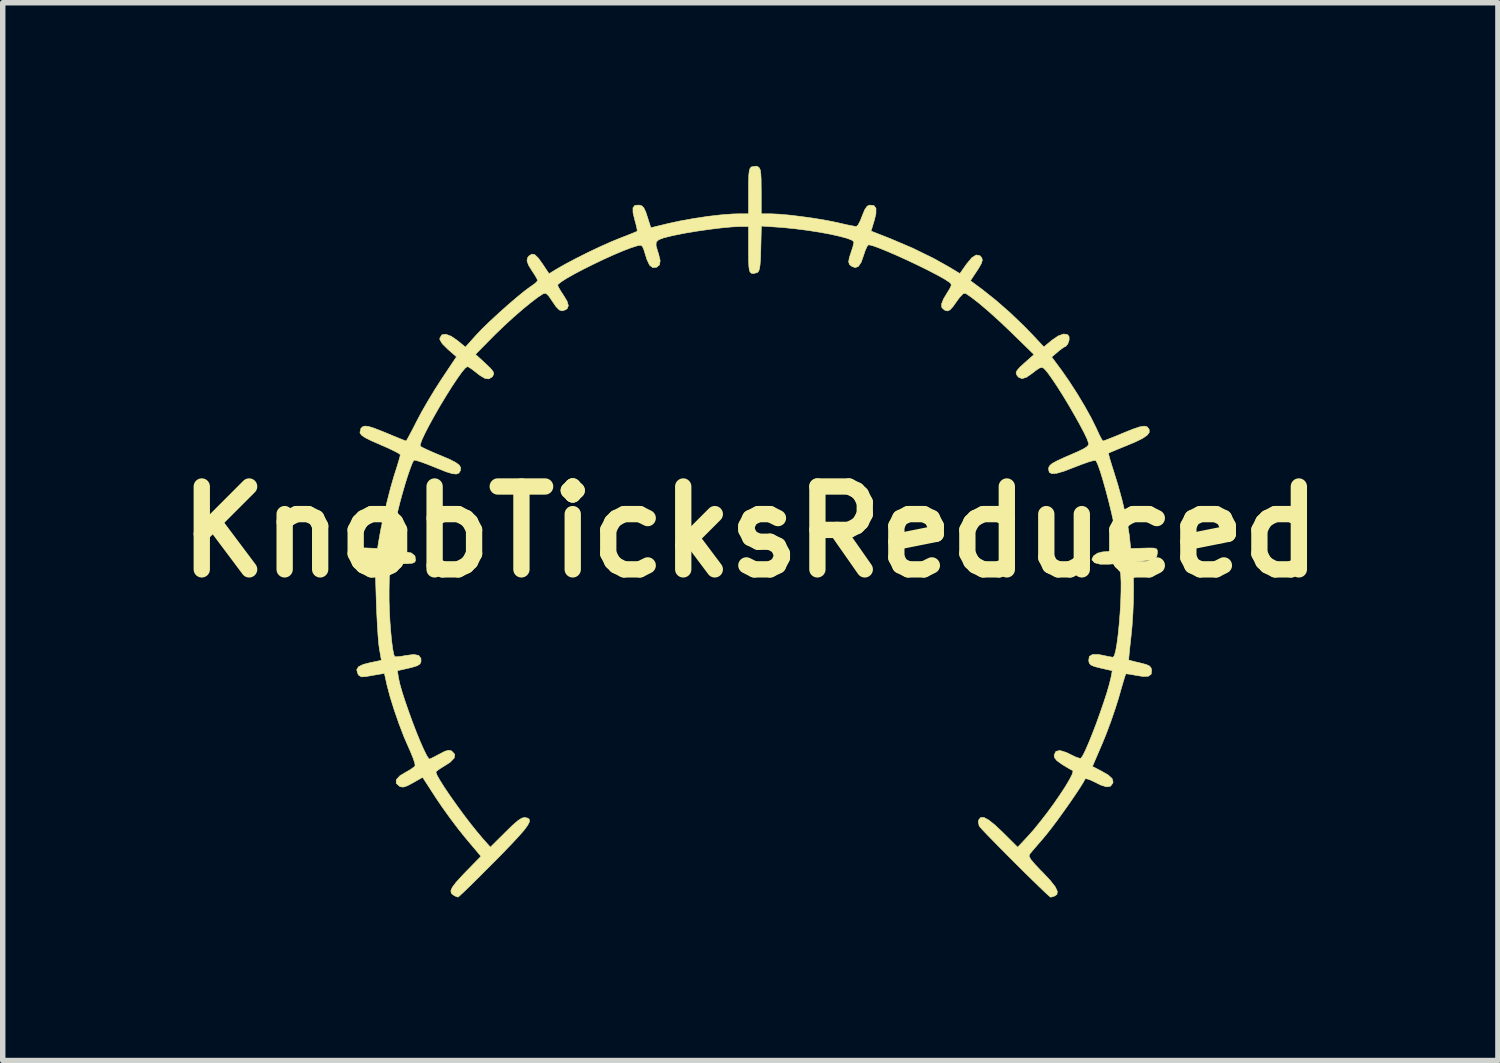
<source format=kicad_pcb>
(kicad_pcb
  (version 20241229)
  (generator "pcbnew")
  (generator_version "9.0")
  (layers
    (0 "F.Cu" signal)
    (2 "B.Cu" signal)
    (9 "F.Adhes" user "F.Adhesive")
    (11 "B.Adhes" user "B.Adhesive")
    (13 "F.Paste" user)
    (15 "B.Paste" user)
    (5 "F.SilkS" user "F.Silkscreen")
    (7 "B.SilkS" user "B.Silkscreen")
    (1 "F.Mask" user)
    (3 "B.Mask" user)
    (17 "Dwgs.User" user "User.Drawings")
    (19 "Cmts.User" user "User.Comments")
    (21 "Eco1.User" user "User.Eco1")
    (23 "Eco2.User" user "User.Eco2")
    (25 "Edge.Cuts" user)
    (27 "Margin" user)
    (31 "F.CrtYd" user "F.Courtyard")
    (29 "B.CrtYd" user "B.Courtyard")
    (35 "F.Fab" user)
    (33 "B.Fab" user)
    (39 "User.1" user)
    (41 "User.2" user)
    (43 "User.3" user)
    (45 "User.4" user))
  (footprint "KnobTicksReduced"
    (layer "F.Cu")
    (at 10.748 6.731)
    (property "Reference" "KnobTicksReduced" (at 0 0 0) (layer "F.SilkS") (effects (font (size 1.524 1.524) (thickness 0.3))))
    (attr through_hole)
    (fp_poly (pts (xy 0.141 -6.714) (xy 0.166 -6.693) (xy 0.183 -6.655) (xy 0.193 -6.587) (xy 0.199 -6.479) (xy 0.2 -6.319) (xy 0.201 -6.265) (xy 0.201 -5.849) (xy 0.383 -5.849) (xy 0.535 -5.842) (xy 0.734 -5.824) (xy 0.959 -5.796) (xy 1.193 -5.763) (xy 1.416 -5.725) (xy 1.608 -5.686) (xy 1.632 -5.68) (xy 1.763 -5.65) (xy 1.872 -5.628) (xy 1.939 -5.616) (xy 1.95 -5.615) (xy 1.981 -5.644) (xy 2.022 -5.72) (xy 2.056 -5.807) (xy 2.104 -5.925) (xy 2.149 -5.989) (xy 2.192 -6.009) (xy 2.272 -6.002) (xy 2.311 -5.951) (xy 2.31 -5.851) (xy 2.28 -5.728) (xy 2.22 -5.532) (xy 2.574 -5.393) (xy 2.985 -5.218) (xy 3.375 -5.027) (xy 3.659 -4.868) (xy 3.854 -4.75) (xy 3.975 -4.923) (xy 4.072 -5.04) (xy 4.153 -5.092) (xy 4.221 -5.08) (xy 4.256 -5.041) (xy 4.267 -4.996) (xy 4.248 -4.934) (xy 4.193 -4.838) (xy 4.169 -4.802) (xy 4.048 -4.619) (xy 4.279 -4.447) (xy 4.521 -4.254) (xy 4.78 -4.027) (xy 5.034 -3.784) (xy 5.197 -3.616) (xy 5.398 -3.401) (xy 5.543 -3.522) (xy 5.661 -3.603) (xy 5.761 -3.639) (xy 5.833 -3.628) (xy 5.862 -3.59) (xy 5.863 -3.528) (xy 5.839 -3.458) (xy 5.802 -3.412) (xy 5.789 -3.408) (xy 5.751 -3.387) (xy 5.684 -3.336) (xy 5.654 -3.311) (xy 5.542 -3.215) (xy 5.724 -2.97) (xy 5.863 -2.77) (xy 6.008 -2.546) (xy 6.147 -2.314) (xy 6.269 -2.095) (xy 6.362 -1.907) (xy 6.374 -1.881) (xy 6.422 -1.776) (xy 6.462 -1.701) (xy 6.486 -1.671) (xy 6.486 -1.671) (xy 6.524 -1.683) (xy 6.609 -1.716) (xy 6.731 -1.765) (xy 6.863 -1.82) (xy 7.037 -1.89) (xy 7.16 -1.931) (xy 7.243 -1.945) (xy 7.296 -1.933) (xy 7.327 -1.896) (xy 7.335 -1.88) (xy 7.336 -1.828) (xy 7.296 -1.776) (xy 7.209 -1.717) (xy 7.069 -1.649) (xy 6.918 -1.586) (xy 6.785 -1.532) (xy 6.676 -1.487) (xy 6.606 -1.457) (xy 6.588 -1.449) (xy 6.592 -1.415) (xy 6.614 -1.332) (xy 6.65 -1.214) (xy 6.679 -1.124) (xy 6.757 -0.873) (xy 6.83 -0.609) (xy 6.892 -0.352) (xy 6.941 -0.118) (xy 6.971 0.073) (xy 6.973 0.095) (xy 6.995 0.306) (xy 7.199 0.3) (xy 7.337 0.296) (xy 7.422 0.298) (xy 7.467 0.311) (xy 7.484 0.337) (xy 7.486 0.381) (xy 7.486 0.382) (xy 7.476 0.448) (xy 7.436 0.491) (xy 7.353 0.517) (xy 7.222 0.534) (xy 7.041 0.551) (xy 7.048 1.019) (xy 7.046 1.242) (xy 7.036 1.492) (xy 7.02 1.735) (xy 7.002 1.919) (xy 6.984 2.08) (xy 6.97 2.215) (xy 6.961 2.311) (xy 6.959 2.355) (xy 6.96 2.357) (xy 6.994 2.367) (xy 7.075 2.388) (xy 7.169 2.41) (xy 7.281 2.439) (xy 7.343 2.468) (xy 7.371 2.505) (xy 7.38 2.544) (xy 7.372 2.616) (xy 7.322 2.654) (xy 7.225 2.659) (xy 7.094 2.639) (xy 6.993 2.62) (xy 6.923 2.611) (xy 6.904 2.612) (xy 6.892 2.647) (xy 6.865 2.733) (xy 6.828 2.86) (xy 6.784 3.013) (xy 6.776 3.043) (xy 6.712 3.247) (xy 6.632 3.481) (xy 6.545 3.714) (xy 6.474 3.888) (xy 6.291 4.314) (xy 6.448 4.394) (xy 6.58 4.47) (xy 6.653 4.536) (xy 6.671 4.598) (xy 6.665 4.622) (xy 6.623 4.678) (xy 6.551 4.689) (xy 6.442 4.655) (xy 6.355 4.611) (xy 6.257 4.564) (xy 6.185 4.54) (xy 6.156 4.543) (xy 6.125 4.604) (xy 6.061 4.706) (xy 5.973 4.839) (xy 5.868 4.992) (xy 5.754 5.153) (xy 5.64 5.311) (xy 5.531 5.455) (xy 5.438 5.573) (xy 5.393 5.627) (xy 5.294 5.742) (xy 5.209 5.84) (xy 5.15 5.911) (xy 5.131 5.936) (xy 5.128 5.969) (xy 5.159 6.025) (xy 5.23 6.109) (xy 5.344 6.23) (xy 5.373 6.258) (xy 5.515 6.409) (xy 5.606 6.525) (xy 5.646 6.609) (xy 5.639 6.667) (xy 5.595 6.697) (xy 5.538 6.715) (xy 5.522 6.718) (xy 5.493 6.695) (xy 5.424 6.632) (xy 5.324 6.536) (xy 5.199 6.415) (xy 5.057 6.276) (xy 4.906 6.126) (xy 4.753 5.973) (xy 4.605 5.824) (xy 4.471 5.687) (xy 4.356 5.57) (xy 4.27 5.479) (xy 4.219 5.422) (xy 4.209 5.408) (xy 4.192 5.335) (xy 4.198 5.3) (xy 4.235 5.253) (xy 4.296 5.252) (xy 4.384 5.299) (xy 4.505 5.396) (xy 4.639 5.523) (xy 4.917 5.799) (xy 5.093 5.611) (xy 5.211 5.479) (xy 5.335 5.326) (xy 5.462 5.162) (xy 5.585 4.994) (xy 5.697 4.831) (xy 5.795 4.682) (xy 5.87 4.555) (xy 5.919 4.458) (xy 5.935 4.4) (xy 5.927 4.388) (xy 5.881 4.364) (xy 5.799 4.316) (xy 5.734 4.276) (xy 5.639 4.208) (xy 5.594 4.153) (xy 5.587 4.102) (xy 5.621 4.036) (xy 5.695 4.02) (xy 5.811 4.056) (xy 5.886 4.093) (xy 5.981 4.139) (xy 6.053 4.163) (xy 6.079 4.163) (xy 6.112 4.118) (xy 6.161 4.021) (xy 6.221 3.883) (xy 6.29 3.713) (xy 6.362 3.525) (xy 6.433 3.327) (xy 6.5 3.133) (xy 6.559 2.952) (xy 6.604 2.796) (xy 6.633 2.676) (xy 6.634 2.672) (xy 6.656 2.553) (xy 6.444 2.505) (xy 6.329 2.476) (xy 6.264 2.448) (xy 6.233 2.413) (xy 6.223 2.367) (xy 6.234 2.291) (xy 6.294 2.254) (xy 6.405 2.255) (xy 6.488 2.271) (xy 6.585 2.292) (xy 6.657 2.304) (xy 6.672 2.305) (xy 6.695 2.274) (xy 6.719 2.187) (xy 6.742 2.055) (xy 6.764 1.889) (xy 6.783 1.7) (xy 6.799 1.499) (xy 6.811 1.296) (xy 6.817 1.103) (xy 6.818 0.931) (xy 6.812 0.79) (xy 6.805 0.732) (xy 6.782 0.581) (xy 6.583 0.595) (xy 6.431 0.594) (xy 6.33 0.567) (xy 6.285 0.516) (xy 6.283 0.5) (xy 6.313 0.441) (xy 6.385 0.392) (xy 6.478 0.368) (xy 6.494 0.367) (xy 6.634 0.357) (xy 6.717 0.324) (xy 6.75 0.267) (xy 6.751 0.248) (xy 6.743 0.151) (xy 6.719 0.008) (xy 6.684 -0.167) (xy 6.639 -0.364) (xy 6.589 -0.569) (xy 6.536 -0.77) (xy 6.483 -0.957) (xy 6.434 -1.117) (xy 6.391 -1.237) (xy 6.358 -1.306) (xy 6.352 -1.313) (xy 6.313 -1.312) (xy 6.226 -1.288) (xy 6.103 -1.245) (xy 5.963 -1.191) (xy 5.774 -1.118) (xy 5.637 -1.078) (xy 5.547 -1.07) (xy 5.498 -1.095) (xy 5.485 -1.152) (xy 5.487 -1.18) (xy 5.505 -1.217) (xy 5.552 -1.258) (xy 5.64 -1.306) (xy 5.776 -1.369) (xy 5.865 -1.407) (xy 6.026 -1.477) (xy 6.132 -1.529) (xy 6.194 -1.569) (xy 6.22 -1.603) (xy 6.222 -1.625) (xy 6.196 -1.702) (xy 6.139 -1.823) (xy 6.058 -1.976) (xy 5.96 -2.151) (xy 5.853 -2.336) (xy 5.742 -2.519) (xy 5.634 -2.689) (xy 5.536 -2.834) (xy 5.456 -2.944) (xy 5.4 -3.006) (xy 5.362 -3.025) (xy 5.315 -3.012) (xy 5.243 -2.963) (xy 5.197 -2.926) (xy 5.082 -2.845) (xy 4.997 -2.818) (xy 4.932 -2.844) (xy 4.9 -2.885) (xy 4.887 -2.924) (xy 4.904 -2.967) (xy 4.957 -3.028) (xy 5.04 -3.104) (xy 5.217 -3.261) (xy 4.806 -3.662) (xy 4.596 -3.862) (xy 4.397 -4.042) (xy 4.217 -4.196) (xy 4.064 -4.315) (xy 3.954 -4.39) (xy 3.912 -4.378) (xy 3.849 -4.312) (xy 3.806 -4.254) (xy 3.728 -4.144) (xy 3.673 -4.084) (xy 3.629 -4.063) (xy 3.584 -4.074) (xy 3.569 -4.081) (xy 3.522 -4.125) (xy 3.516 -4.189) (xy 3.554 -4.285) (xy 3.614 -4.385) (xy 3.671 -4.478) (xy 3.695 -4.532) (xy 3.689 -4.565) (xy 3.656 -4.594) (xy 3.656 -4.594) (xy 3.565 -4.653) (xy 3.431 -4.727) (xy 3.266 -4.813) (xy 3.081 -4.904) (xy 2.887 -4.996) (xy 2.696 -5.083) (xy 2.517 -5.16) (xy 2.364 -5.222) (xy 2.247 -5.264) (xy 2.177 -5.28) (xy 2.175 -5.281) (xy 2.148 -5.251) (xy 2.113 -5.175) (xy 2.088 -5.1) (xy 2.04 -4.961) (xy 1.989 -4.883) (xy 1.932 -4.86) (xy 1.874 -4.878) (xy 1.826 -4.914) (xy 1.808 -4.964) (xy 1.821 -5.043) (xy 1.855 -5.147) (xy 1.886 -5.243) (xy 1.903 -5.316) (xy 1.905 -5.332) (xy 1.873 -5.362) (xy 1.785 -5.397) (xy 1.65 -5.434) (xy 1.477 -5.473) (xy 1.277 -5.51) (xy 1.059 -5.544) (xy 0.833 -5.573) (xy 0.609 -5.596) (xy 0.527 -5.602) (xy 0.203 -5.624) (xy 0.193 -5.214) (xy 0.188 -5.034) (xy 0.179 -4.911) (xy 0.167 -4.832) (xy 0.149 -4.787) (xy 0.13 -4.769) (xy 0.057 -4.75) (xy 0.021 -4.756) (xy -0.002 -4.774) (xy -0.018 -4.813) (xy -0.027 -4.885) (xy -0.032 -5.001) (xy -0.033 -5.171) (xy -0.033 -5.196) (xy -0.033 -5.615) (xy -0.199 -5.615) (xy -0.343 -5.608) (xy -0.533 -5.59) (xy -0.753 -5.563) (xy -0.982 -5.53) (xy -1.204 -5.493) (xy -1.399 -5.454) (xy -1.445 -5.444) (xy -1.594 -5.407) (xy -1.686 -5.372) (xy -1.73 -5.329) (xy -1.734 -5.266) (xy -1.707 -5.17) (xy -1.689 -5.117) (xy -1.658 -4.991) (xy -1.67 -4.91) (xy -1.724 -4.866) (xy -1.795 -4.86) (xy -1.852 -4.904) (xy -1.901 -5.007) (xy -1.926 -5.086) (xy -1.959 -5.194) (xy -1.985 -5.252) (xy -2.017 -5.271) (xy -2.064 -5.265) (xy -2.069 -5.264) (xy -2.185 -5.228) (xy -2.335 -5.171) (xy -2.508 -5.098) (xy -2.694 -5.014) (xy -2.884 -4.923) (xy -3.067 -4.832) (xy -3.234 -4.744) (xy -3.374 -4.665) (xy -3.477 -4.599) (xy -3.535 -4.552) (xy -3.543 -4.536) (xy -3.525 -4.494) (xy -3.48 -4.418) (xy -3.442 -4.361) (xy -3.37 -4.243) (xy -3.346 -4.161) (xy -3.367 -4.106) (xy -3.401 -4.083) (xy -3.46 -4.064) (xy -3.513 -4.081) (xy -3.573 -4.142) (xy -3.644 -4.246) (xy -3.707 -4.338) (xy -3.752 -4.382) (xy -3.791 -4.386) (xy -3.811 -4.378) (xy -3.905 -4.317) (xy -4.035 -4.218) (xy -4.189 -4.092) (xy -4.356 -3.947) (xy -4.524 -3.793) (xy -4.683 -3.64) (xy -4.724 -3.599) (xy -5.054 -3.265) (xy -4.883 -3.108) (xy -4.784 -3.014) (xy -4.731 -2.95) (xy -4.718 -2.904) (xy -4.738 -2.863) (xy -4.752 -2.847) (xy -4.809 -2.813) (xy -4.877 -2.821) (xy -4.97 -2.876) (xy -5.032 -2.924) (xy -5.116 -2.989) (xy -5.179 -3.031) (xy -5.203 -3.04) (xy -5.243 -3.012) (xy -5.308 -2.934) (xy -5.392 -2.816) (xy -5.49 -2.669) (xy -5.595 -2.501) (xy -5.703 -2.323) (xy -5.806 -2.143) (xy -5.9 -1.973) (xy -5.979 -1.821) (xy -6.037 -1.698) (xy -6.068 -1.612) (xy -6.07 -1.577) (xy -6.034 -1.554) (xy -5.949 -1.513) (xy -5.829 -1.46) (xy -5.703 -1.407) (xy -5.533 -1.335) (xy -5.419 -1.277) (xy -5.353 -1.228) (xy -5.326 -1.181) (xy -5.331 -1.131) (xy -5.334 -1.122) (xy -5.361 -1.081) (xy -5.407 -1.063) (xy -5.482 -1.071) (xy -5.595 -1.106) (xy -5.756 -1.17) (xy -5.8 -1.188) (xy -5.943 -1.245) (xy -6.064 -1.289) (xy -6.149 -1.315) (xy -6.185 -1.319) (xy -6.211 -1.277) (xy -6.248 -1.183) (xy -6.295 -1.049) (xy -6.346 -0.888) (xy -6.397 -0.712) (xy -6.446 -0.533) (xy -6.487 -0.365) (xy -6.512 -0.249) (xy -6.553 -0.043) (xy -6.581 0.107) (xy -6.598 0.211) (xy -6.604 0.276) (xy -6.599 0.314) (xy -6.584 0.333) (xy -6.56 0.342) (xy -6.543 0.346) (xy -6.456 0.361) (xy -6.351 0.367) (xy -6.346 0.367) (xy -6.233 0.388) (xy -6.167 0.443) (xy -6.156 0.525) (xy -6.172 0.557) (xy -6.214 0.576) (xy -6.297 0.584) (xy -6.401 0.586) (xy -6.634 0.588) (xy -6.643 1.071) (xy -6.643 1.249) (xy -6.637 1.444) (xy -6.627 1.645) (xy -6.612 1.838) (xy -6.595 2.012) (xy -6.576 2.155) (xy -6.557 2.253) (xy -6.54 2.294) (xy -6.501 2.297) (xy -6.416 2.288) (xy -6.334 2.273) (xy -6.189 2.255) (xy -6.098 2.272) (xy -6.057 2.328) (xy -6.056 2.387) (xy -6.075 2.429) (xy -6.126 2.462) (xy -6.224 2.492) (xy -6.278 2.505) (xy -6.49 2.553) (xy -6.469 2.689) (xy -6.445 2.799) (xy -6.403 2.946) (xy -6.347 3.118) (xy -6.282 3.306) (xy -6.212 3.499) (xy -6.14 3.686) (xy -6.07 3.857) (xy -6.006 4.001) (xy -5.953 4.109) (xy -5.914 4.169) (xy -5.901 4.178) (xy -5.864 4.163) (xy -5.787 4.124) (xy -5.716 4.086) (xy -5.612 4.033) (xy -5.544 4.016) (xy -5.495 4.028) (xy -5.491 4.031) (xy -5.435 4.091) (xy -5.445 4.159) (xy -5.521 4.237) (xy -5.606 4.292) (xy -5.699 4.349) (xy -5.763 4.395) (xy -5.782 4.418) (xy -5.762 4.473) (xy -5.707 4.57) (xy -5.625 4.701) (xy -5.52 4.856) (xy -5.401 5.024) (xy -5.274 5.198) (xy -5.145 5.367) (xy -5.021 5.521) (xy -4.914 5.648) (xy -4.78 5.798) (xy -4.5 5.52) (xy -4.371 5.394) (xy -4.276 5.312) (xy -4.208 5.267) (xy -4.157 5.252) (xy -4.141 5.253) (xy -4.089 5.266) (xy -4.062 5.291) (xy -4.063 5.334) (xy -4.095 5.397) (xy -4.161 5.486) (xy -4.265 5.605) (xy -4.409 5.759) (xy -4.596 5.953) (xy -4.707 6.065) (xy -4.877 6.235) (xy -5.031 6.389) (xy -5.165 6.521) (xy -5.271 6.623) (xy -5.343 6.69) (xy -5.374 6.716) (xy -5.375 6.717) (xy -5.42 6.701) (xy -5.456 6.682) (xy -5.498 6.646) (xy -5.507 6.6) (xy -5.48 6.536) (xy -5.413 6.447) (xy -5.302 6.325) (xy -5.234 6.254) (xy -4.953 5.966) (xy -5.235 5.631) (xy -5.369 5.465) (xy -5.518 5.267) (xy -5.663 5.065) (xy -5.772 4.905) (xy -6.026 4.513) (xy -6.204 4.614) (xy -6.311 4.671) (xy -6.381 4.693) (xy -6.434 4.687) (xy -6.449 4.68) (xy -6.512 4.623) (xy -6.51 4.557) (xy -6.445 4.486) (xy -6.348 4.427) (xy -6.253 4.373) (xy -6.185 4.324) (xy -6.164 4.3) (xy -6.17 4.253) (xy -6.2 4.162) (xy -6.249 4.042) (xy -6.279 3.975) (xy -6.369 3.768) (xy -6.462 3.525) (xy -6.55 3.271) (xy -6.626 3.028) (xy -6.681 2.819) (xy -6.686 2.796) (xy -6.729 2.602) (xy -6.841 2.621) (xy -6.958 2.641) (xy -7.066 2.66) (xy -7.15 2.666) (xy -7.198 2.64) (xy -7.218 2.608) (xy -7.238 2.536) (xy -7.206 2.481) (xy -7.117 2.437) (xy -6.982 2.403) (xy -6.878 2.382) (xy -6.806 2.366) (xy -6.785 2.36) (xy -6.79 2.328) (xy -6.804 2.248) (xy -6.821 2.156) (xy -6.833 2.06) (xy -6.846 1.912) (xy -6.858 1.725) (xy -6.869 1.512) (xy -6.878 1.288) (xy -6.879 1.253) (xy -6.901 0.551) (xy -7.095 0.534) (xy -7.234 0.511) (xy -7.317 0.468) (xy -7.35 0.401) (xy -7.352 0.378) (xy -7.332 0.33) (xy -7.267 0.302) (xy -7.148 0.294) (xy -7.062 0.296) (xy -6.855 0.305) (xy -6.835 0.178) (xy -6.796 -0.04) (xy -6.742 -0.293) (xy -6.68 -0.557) (xy -6.616 -0.807) (xy -6.554 -1.021) (xy -6.544 -1.053) (xy -6.499 -1.194) (xy -6.463 -1.312) (xy -6.441 -1.392) (xy -6.435 -1.418) (xy -6.463 -1.442) (xy -6.542 -1.484) (xy -6.658 -1.54) (xy -6.801 -1.602) (xy -6.801 -1.603) (xy -6.966 -1.674) (xy -7.076 -1.729) (xy -7.143 -1.773) (xy -7.174 -1.811) (xy -7.179 -1.829) (xy -7.16 -1.905) (xy -7.124 -1.936) (xy -7.082 -1.946) (xy -7.018 -1.938) (xy -6.922 -1.908) (xy -6.782 -1.854) (xy -6.701 -1.821) (xy -6.559 -1.762) (xy -6.442 -1.714) (xy -6.361 -1.682) (xy -6.33 -1.671) (xy -6.311 -1.699) (xy -6.269 -1.776) (xy -6.209 -1.889) (xy -6.138 -2.028) (xy -6.135 -2.034) (xy -6.044 -2.206) (xy -5.928 -2.407) (xy -5.803 -2.614) (xy -5.683 -2.801) (xy -5.678 -2.809) (xy -5.403 -3.22) (xy -5.563 -3.359) (xy -5.664 -3.459) (xy -5.708 -3.533) (xy -5.71 -3.562) (xy -5.673 -3.623) (xy -5.6 -3.635) (xy -5.5 -3.597) (xy -5.392 -3.523) (xy -5.239 -3.398) (xy -5.04 -3.62) (xy -4.932 -3.733) (xy -4.792 -3.869) (xy -4.631 -4.018) (xy -4.463 -4.168) (xy -4.301 -4.307) (xy -4.157 -4.425) (xy -4.045 -4.508) (xy -4.027 -4.52) (xy -3.954 -4.573) (xy -3.914 -4.615) (xy -3.911 -4.623) (xy -3.928 -4.664) (xy -3.973 -4.739) (xy -4.011 -4.796) (xy -4.08 -4.908) (xy -4.107 -4.987) (xy -4.094 -5.045) (xy -4.071 -5.073) (xy -4.018 -5.108) (xy -3.963 -5.097) (xy -3.899 -5.036) (xy -3.823 -4.93) (xy -3.701 -4.747) (xy -3.563 -4.832) (xy -3.405 -4.922) (xy -3.205 -5.028) (xy -2.982 -5.14) (xy -2.756 -5.247) (xy -2.546 -5.34) (xy -2.392 -5.403) (xy -2.262 -5.453) (xy -2.158 -5.495) (xy -2.093 -5.522) (xy -2.08 -5.529) (xy -2.082 -5.565) (xy -2.1 -5.645) (xy -2.123 -5.73) (xy -2.157 -5.871) (xy -2.158 -5.959) (xy -2.124 -6.003) (xy -2.054 -6.01) (xy -2.049 -6.01) (xy -1.996 -5.996) (xy -1.958 -5.958) (xy -1.922 -5.881) (xy -1.894 -5.796) (xy -1.829 -5.593) (xy -1.508 -5.671) (xy -1.285 -5.719) (xy -1.035 -5.764) (xy -0.78 -5.802) (xy -0.538 -5.83) (xy -0.329 -5.846) (xy -0.232 -5.849) (xy -0.033 -5.849) (xy -0.033 -6.265) (xy -0.032 -6.442) (xy -0.028 -6.563) (xy -0.019 -6.641) (xy -0.004 -6.686) (xy 0.019 -6.71) (xy 0.024 -6.713) (xy 0.109 -6.726) (xy 0.141 -6.714)) (stroke (width 0.01) (type solid)) (fill yes) (layer "F.SilkS")))
  (gr_rect
    (start -3 -3)
    (end 24.496 16.453)
    (stroke (width 0.1) (type default))
    (fill no)
    (layer "Edge.Cuts")))
</source>
